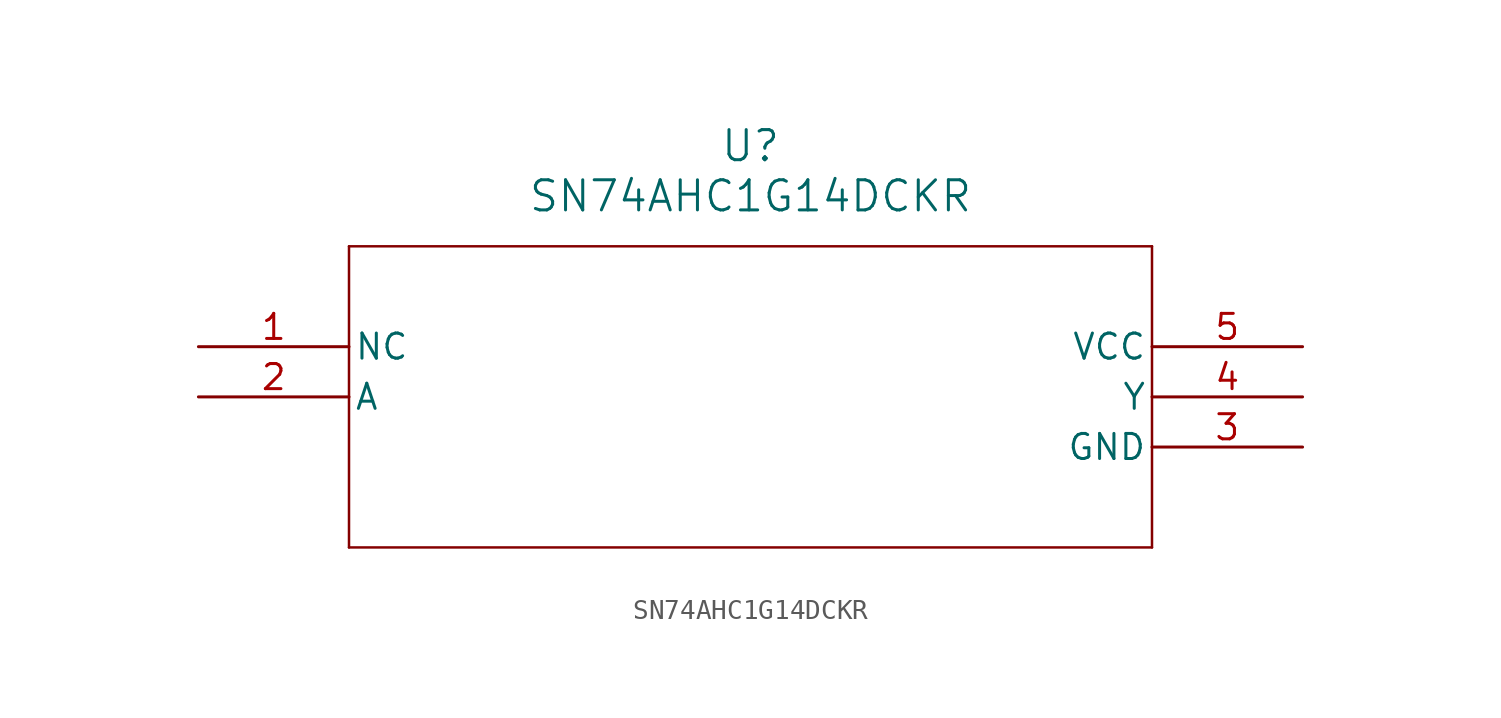
<source format=kicad_sym>
(kicad_symbol_lib
  (version 20211014)
  (generator kicad_symbol_editor)
  (symbol "SN74AHC1G14DCKR"
    (pin_names
      (offset 0.254))
    (property "Reference" "U"
      (at 27.94 10.16 0)
      (effects (font (size 1.524 1.524))))
    (property "Value" "SN74AHC1G14DCKR"
      (at 27.94 7.62 0)
      (effects (font (size 1.524 1.524))))
    (symbol "SN74AHC1G14DCKR_0_1"
      (polyline (pts (xy 7.62 5.08) (xy 7.62 -10.16)) (stroke (width 0.127) (type default) (color 0 0 0 0)) (fill (type none)))
      (polyline (pts (xy 7.62 -10.16) (xy 48.26 -10.16)) (stroke (width 0.127) (type default) (color 0 0 0 0)) (fill (type none)))
      (polyline (pts (xy 48.26 -10.16) (xy 48.26 5.08)) (stroke (width 0.127) (type default) (color 0 0 0 0)) (fill (type none)))
      (polyline (pts (xy 48.26 5.08) (xy 7.62 5.08)) (stroke (width 0.127) (type default) (color 0 0 0 0)) (fill (type none)))
      (pin unspecified line (at 0 0 0) (length 7.62) (name "NC" (effects (font (size 1.27 1.27)))) (number "1" (effects (font (size 1.27 1.27)))))
      (pin input line (at 0 -2.54 0) (length 7.62) (name "A" (effects (font (size 1.27 1.27)))) (number "2" (effects (font (size 1.27 1.27)))))
      (pin power_in line (at 55.88 -5.08 180) (length 7.62) (name "GND" (effects (font (size 1.27 1.27)))) (number "3" (effects (font (size 1.27 1.27)))))
      (pin output line (at 55.88 -2.54 180) (length 7.62) (name "Y" (effects (font (size 1.27 1.27)))) (number "4" (effects (font (size 1.27 1.27)))))
      (pin power_in line (at 55.88 0 180) (length 7.62) (name "VCC" (effects (font (size 1.27 1.27)))) (number "5" (effects (font (size 1.27 1.27))))))))
</source>
